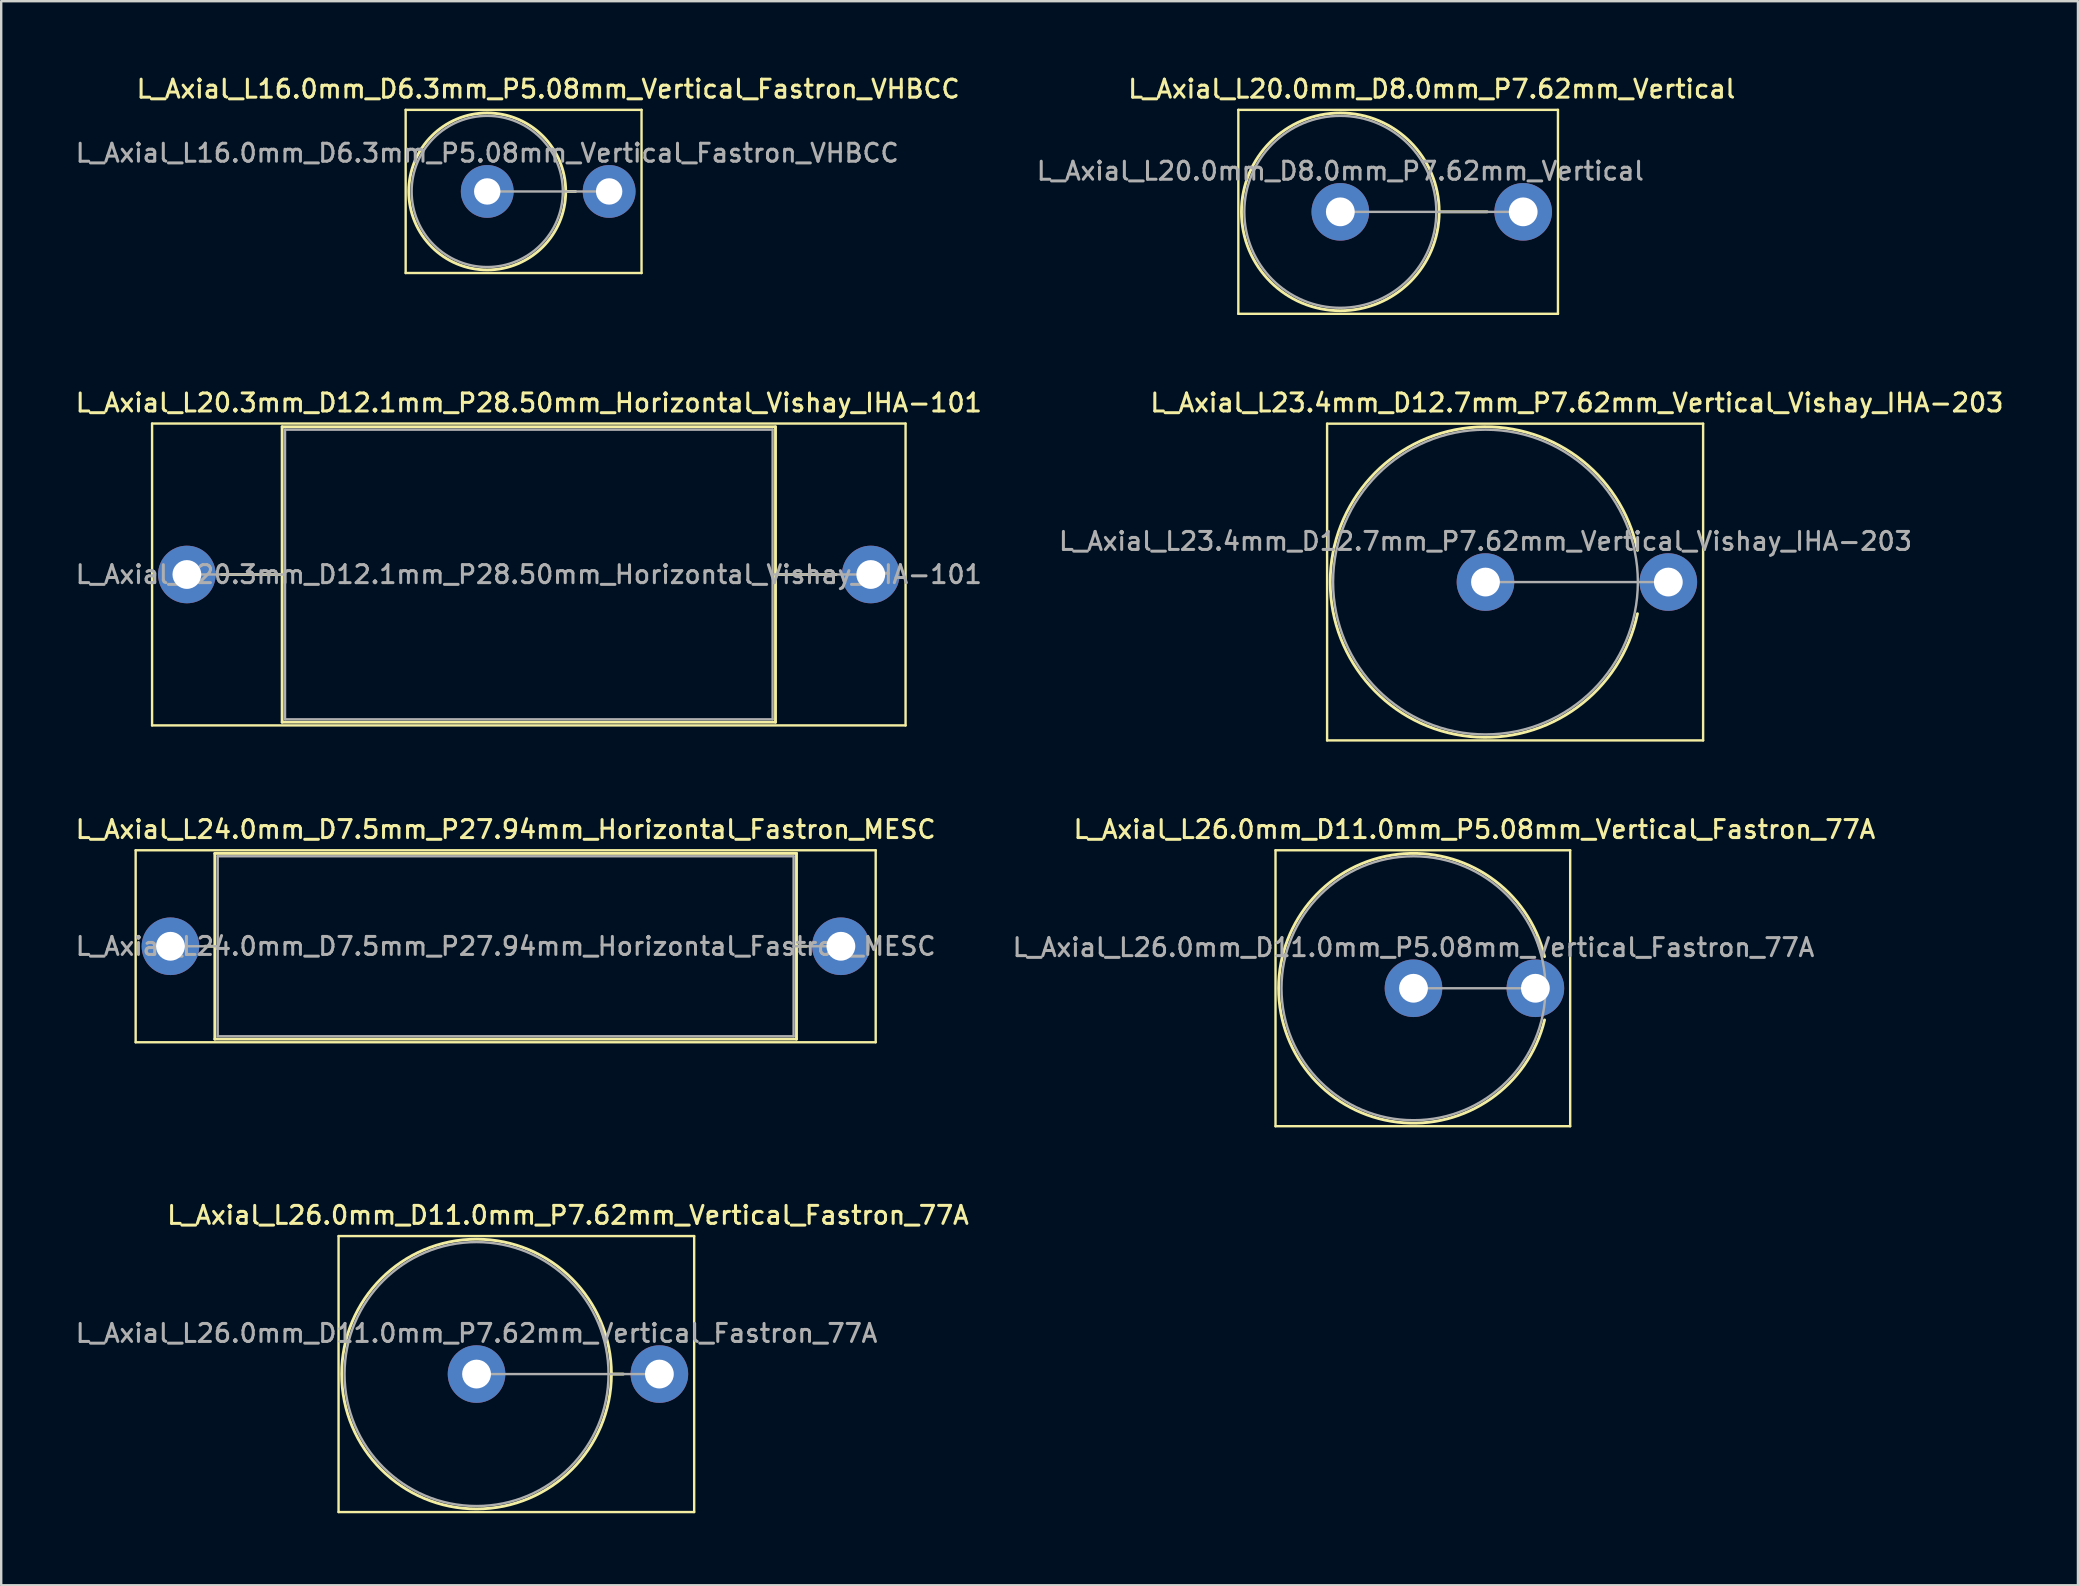
<source format=kicad_pcb>
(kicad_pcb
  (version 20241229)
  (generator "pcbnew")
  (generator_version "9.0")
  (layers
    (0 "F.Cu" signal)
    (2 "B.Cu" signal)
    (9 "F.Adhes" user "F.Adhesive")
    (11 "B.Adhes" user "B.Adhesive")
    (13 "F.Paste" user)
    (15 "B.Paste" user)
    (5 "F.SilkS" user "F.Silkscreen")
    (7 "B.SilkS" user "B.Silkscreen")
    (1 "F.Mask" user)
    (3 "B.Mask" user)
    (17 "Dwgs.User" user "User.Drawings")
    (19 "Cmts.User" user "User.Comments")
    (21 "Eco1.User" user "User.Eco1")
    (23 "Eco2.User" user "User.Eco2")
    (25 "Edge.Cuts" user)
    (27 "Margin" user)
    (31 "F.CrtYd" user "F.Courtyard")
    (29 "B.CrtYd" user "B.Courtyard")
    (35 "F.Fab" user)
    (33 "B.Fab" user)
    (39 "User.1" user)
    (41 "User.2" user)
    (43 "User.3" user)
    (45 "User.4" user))
  (footprint "L_Axial_L24.0mm_D7.5mm_P27.94mm_Horizontal_Fastron_MESC"
    (layer "F.Cu")
    (at 4.053 36.384)
    (property "Reference" "L_Axial_L24.0mm_D7.5mm_P27.94mm_Horizontal_Fastron_MESC" (at 13.97 -4.87 0) (layer "F.SilkS") (effects (font (size 0.75 0.75) (thickness 0.125))))
    (attr through_hole)
    (fp_line (start -1.45 -4) (end -1.45 4) (stroke (width 0.1) (type solid)) (layer "F.SilkS"))
    (fp_line (start -1.45 4) (end 29.39 4) (stroke (width 0.1) (type solid)) (layer "F.SilkS"))
    (fp_line (start 1.44 0) (end 1.85 0) (stroke (width 0.12) (type solid)) (layer "F.SilkS"))
    (fp_line (start 1.85 -3.87) (end 1.85 3.87) (stroke (width 0.12) (type solid)) (layer "F.SilkS"))
    (fp_line (start 1.85 3.87) (end 26.09 3.87) (stroke (width 0.12) (type solid)) (layer "F.SilkS"))
    (fp_line (start 26.09 -3.87) (end 1.85 -3.87) (stroke (width 0.12) (type solid)) (layer "F.SilkS"))
    (fp_line (start 26.09 3.87) (end 26.09 -3.87) (stroke (width 0.12) (type solid)) (layer "F.SilkS"))
    (fp_line (start 26.5 0) (end 26.09 0) (stroke (width 0.12) (type solid)) (layer "F.SilkS"))
    (fp_line (start 29.39 -4) (end -1.45 -4) (stroke (width 0.1) (type solid)) (layer "F.SilkS"))
    (fp_line (start 29.39 4) (end 29.39 -4) (stroke (width 0.1) (type solid)) (layer "F.SilkS"))
    (fp_line (start 0 0) (end 1.97 0) (stroke (width 0.1) (type solid)) (layer "F.Fab"))
    (fp_line (start 1.97 -3.75) (end 1.97 3.75) (stroke (width 0.1) (type solid)) (layer "F.Fab"))
    (fp_line (start 1.97 3.75) (end 25.97 3.75) (stroke (width 0.1) (type solid)) (layer "F.Fab"))
    (fp_line (start 25.97 -3.75) (end 1.97 -3.75) (stroke (width 0.1) (type solid)) (layer "F.Fab"))
    (fp_line (start 25.97 3.75) (end 25.97 -3.75) (stroke (width 0.1) (type solid)) (layer "F.Fab"))
    (fp_line (start 27.94 0) (end 25.97 0) (stroke (width 0.1) (type solid)) (layer "F.Fab"))
    (fp_text user "${REFERENCE}" (at 13.97 0 0) (layer "F.Fab") (effects (font (size 0.75 0.75) (thickness 0.125))))
    (pad "1" thru_hole circle (at 0 0) (size 2.4 2.4) (drill 1.2) (layers "*.Cu" "*.Mask"))
    (pad "2" thru_hole oval (at 27.94 0) (size 2.4 2.4) (drill 1.2) (layers "*.Cu" "*.Mask")))
  (footprint "L_Axial_L23.4mm_D12.7mm_P7.62mm_Vertical_Vishay_IHA-203"
    (layer "F.Cu")
    (at 58.855 21.206)
    (property "Reference" "L_Axial_L23.4mm_D12.7mm_P7.62mm_Vertical_Vishay_IHA-203" (at 3.81 -7.47 0) (layer "F.SilkS") (effects (font (size 0.75 0.75) (thickness 0.125))))
    (attr through_hole)
    (fp_line (start -6.6 -6.6) (end -6.6 6.6) (stroke (width 0.1) (type solid)) (layer "F.SilkS"))
    (fp_line (start -6.6 6.6) (end 9.07 6.6) (stroke (width 0.1) (type solid)) (layer "F.SilkS"))
    (fp_line (start 9.07 -6.6) (end -6.6 -6.6) (stroke (width 0.1) (type solid)) (layer "F.SilkS"))
    (fp_line (start 9.07 6.6) (end 9.07 -6.6) (stroke (width 0.1) (type solid)) (layer "F.SilkS"))
    (fp_arc (start 6.333917 1.32) (mid -6.47 0) (end 6.333917 -1.32) (stroke (width 0.12) (type solid)) (layer "F.SilkS"))
    (fp_line (start 0 0) (end 7.62 0) (stroke (width 0.1) (type solid)) (layer "F.Fab"))
    (fp_circle (center 0 0) (end 6.35 0) (stroke (width 0.1) (type solid)) (fill no) (layer "F.Fab"))
    (fp_text user "${REFERENCE}" (at 0 -1.7 0) (layer "F.Fab") (effects (font (size 0.75 0.75) (thickness 0.125))))
    (pad "1" thru_hole circle (at 0 0) (size 2.4 2.4) (drill 1.2) (layers "*.Cu" "*.Mask"))
    (pad "2" thru_hole oval (at 7.62 0) (size 2.4 2.4) (drill 1.2) (layers "*.Cu" "*.Mask")))
  (footprint "L_Axial_L20.0mm_D8.0mm_P7.62mm_Vertical"
    (layer "F.Cu")
    (at 52.806 5.778)
    (property "Reference" "L_Axial_L20.0mm_D8.0mm_P7.62mm_Vertical" (at 3.81 -5.12 0) (layer "F.SilkS") (effects (font (size 0.75 0.75) (thickness 0.125))))
    (attr through_hole)
    (fp_line (start -4.25 -4.25) (end -4.25 4.25) (stroke (width 0.1) (type solid)) (layer "F.SilkS"))
    (fp_line (start -4.25 4.25) (end 9.07 4.25) (stroke (width 0.1) (type solid)) (layer "F.SilkS"))
    (fp_line (start 4.12 0) (end 6.12 0) (stroke (width 0.12) (type solid)) (layer "F.SilkS"))
    (fp_line (start 9.07 -4.25) (end -4.25 -4.25) (stroke (width 0.1) (type solid)) (layer "F.SilkS"))
    (fp_line (start 9.07 4.25) (end 9.07 -4.25) (stroke (width 0.1) (type solid)) (layer "F.SilkS"))
    (fp_circle (center 0 0) (end 4.12 0) (stroke (width 0.12) (type solid)) (fill no) (layer "F.SilkS"))
    (fp_line (start 0 0) (end 7.62 0) (stroke (width 0.1) (type solid)) (layer "F.Fab"))
    (fp_circle (center 0 0) (end 4 0) (stroke (width 0.1) (type solid)) (fill no) (layer "F.Fab"))
    (fp_text user "${REFERENCE}" (at 0 -1.7 0) (layer "F.Fab") (effects (font (size 0.75 0.75) (thickness 0.125))))
    (pad "1" thru_hole circle (at 0 0) (size 2.4 2.4) (drill 1.2) (layers "*.Cu" "*.Mask"))
    (pad "2" thru_hole oval (at 7.62 0) (size 2.4 2.4) (drill 1.2) (layers "*.Cu" "*.Mask")))
  (footprint "L_Axial_L16.0mm_D6.3mm_P5.08mm_Vertical_Fastron_VHBCC"
    (layer "F.Cu")
    (at 17.255 4.928)
    (property "Reference" "L_Axial_L16.0mm_D6.3mm_P5.08mm_Vertical_Fastron_VHBCC" (at 2.54 -4.27 0) (layer "F.SilkS") (effects (font (size 0.75 0.75) (thickness 0.125))))
    (attr through_hole)
    (fp_line (start -3.4 -3.4) (end -3.4 3.4) (stroke (width 0.1) (type solid)) (layer "F.SilkS"))
    (fp_line (start -3.4 3.4) (end 6.43 3.4) (stroke (width 0.1) (type solid)) (layer "F.SilkS"))
    (fp_line (start 3.27 0) (end 3.68 0) (stroke (width 0.12) (type solid)) (layer "F.SilkS"))
    (fp_line (start 6.43 -3.4) (end -3.4 -3.4) (stroke (width 0.1) (type solid)) (layer "F.SilkS"))
    (fp_line (start 6.43 3.4) (end 6.43 -3.4) (stroke (width 0.1) (type solid)) (layer "F.SilkS"))
    (fp_circle (center 0 0) (end 3.27 0) (stroke (width 0.12) (type solid)) (fill no) (layer "F.SilkS"))
    (fp_line (start 0 0) (end 5.08 0) (stroke (width 0.1) (type solid)) (layer "F.Fab"))
    (fp_circle (center 0 0) (end 3.15 0) (stroke (width 0.1) (type solid)) (fill no) (layer "F.Fab"))
    (fp_text user "${REFERENCE}" (at 0 -1.6 0) (layer "F.Fab") (effects (font (size 0.75 0.75) (thickness 0.125))))
    (pad "1" thru_hole circle (at 0 0) (size 2.2 2.2) (drill 1.1) (layers "*.Cu" "*.Mask"))
    (pad "2" thru_hole oval (at 5.08 0) (size 2.2 2.2) (drill 1.1) (layers "*.Cu" "*.Mask")))
  (footprint "L_Axial_L26.0mm_D11.0mm_P7.62mm_Vertical_Fastron_77A"
    (layer "F.Cu")
    (at 16.809 54.212)
    (property "Reference" "L_Axial_L26.0mm_D11.0mm_P7.62mm_Vertical_Fastron_77A" (at 3.81 -6.62 0) (layer "F.SilkS") (effects (font (size 0.75 0.75) (thickness 0.125))))
    (attr through_hole)
    (fp_line (start -5.75 -5.75) (end -5.75 5.75) (stroke (width 0.1) (type solid)) (layer "F.SilkS"))
    (fp_line (start -5.75 5.75) (end 9.07 5.75) (stroke (width 0.1) (type solid)) (layer "F.SilkS"))
    (fp_line (start 5.62 0) (end 6.12 0) (stroke (width 0.12) (type solid)) (layer "F.SilkS"))
    (fp_line (start 9.07 -5.75) (end -5.75 -5.75) (stroke (width 0.1) (type solid)) (layer "F.SilkS"))
    (fp_line (start 9.07 5.75) (end 9.07 -5.75) (stroke (width 0.1) (type solid)) (layer "F.SilkS"))
    (fp_circle (center 0 0) (end 5.62 0) (stroke (width 0.12) (type solid)) (fill no) (layer "F.SilkS"))
    (fp_line (start 0 0) (end 7.62 0) (stroke (width 0.1) (type solid)) (layer "F.Fab"))
    (fp_circle (center 0 0) (end 5.5 0) (stroke (width 0.1) (type solid)) (fill no) (layer "F.Fab"))
    (fp_text user "${REFERENCE}" (at 0 -1.7 0) (layer "F.Fab") (effects (font (size 0.75 0.75) (thickness 0.125))))
    (pad "1" thru_hole circle (at 0 0) (size 2.4 2.4) (drill 1.2) (layers "*.Cu" "*.Mask"))
    (pad "2" thru_hole oval (at 7.62 0) (size 2.4 2.4) (drill 1.2) (layers "*.Cu" "*.Mask")))
  (footprint "L_Axial_L26.0mm_D11.0mm_P5.08mm_Vertical_Fastron_77A"
    (layer "F.Cu")
    (at 55.855 38.134)
    (property "Reference" "L_Axial_L26.0mm_D11.0mm_P5.08mm_Vertical_Fastron_77A" (at 2.54 -6.62 0) (layer "F.SilkS") (effects (font (size 0.75 0.75) (thickness 0.125))))
    (attr through_hole)
    (fp_line (start -5.75 -5.75) (end -5.75 5.75) (stroke (width 0.1) (type solid)) (layer "F.SilkS"))
    (fp_line (start -5.75 5.75) (end 6.53 5.75) (stroke (width 0.1) (type solid)) (layer "F.SilkS"))
    (fp_line (start 6.53 -5.75) (end -5.75 -5.75) (stroke (width 0.1) (type solid)) (layer "F.SilkS"))
    (fp_line (start 6.53 5.75) (end 6.53 -5.75) (stroke (width 0.1) (type solid)) (layer "F.SilkS"))
    (fp_arc (start 5.462783 1.32) (mid -5.62 0) (end 5.462783 -1.32) (stroke (width 0.12) (type solid)) (layer "F.SilkS"))
    (fp_line (start 0 0) (end 5.08 0) (stroke (width 0.1) (type solid)) (layer "F.Fab"))
    (fp_circle (center 0 0) (end 5.5 0) (stroke (width 0.1) (type solid)) (fill no) (layer "F.Fab"))
    (fp_text user "${REFERENCE}" (at 0 -1.7 0) (layer "F.Fab") (effects (font (size 0.75 0.75) (thickness 0.125))))
    (pad "1" thru_hole circle (at 0 0) (size 2.4 2.4) (drill 1.2) (layers "*.Cu" "*.Mask"))
    (pad "2" thru_hole oval (at 5.08 0) (size 2.4 2.4) (drill 1.2) (layers "*.Cu" "*.Mask")))
  (footprint "L_Axial_L20.3mm_D12.1mm_P28.50mm_Horizontal_Vishay_IHA-101"
    (layer "F.Cu")
    (at 4.738 20.891)
    (property "Reference" "L_Axial_L20.3mm_D12.1mm_P28.50mm_Horizontal_Vishay_IHA-101" (at 14.25 -7.155 0) (layer "F.SilkS") (effects (font (size 0.75 0.75) (thickness 0.125))))
    (attr through_hole)
    (fp_line (start -1.45 -6.29) (end -1.45 6.29) (stroke (width 0.1) (type solid)) (layer "F.SilkS"))
    (fp_line (start -1.45 6.29) (end 29.95 6.29) (stroke (width 0.1) (type solid)) (layer "F.SilkS"))
    (fp_line (start 1.44 0) (end 3.97 0) (stroke (width 0.12) (type solid)) (layer "F.SilkS"))
    (fp_line (start 3.97 -6.155) (end 3.97 6.155) (stroke (width 0.12) (type solid)) (layer "F.SilkS"))
    (fp_line (start 3.97 6.155) (end 24.53 6.155) (stroke (width 0.12) (type solid)) (layer "F.SilkS"))
    (fp_line (start 24.53 -6.155) (end 3.97 -6.155) (stroke (width 0.12) (type solid)) (layer "F.SilkS"))
    (fp_line (start 24.53 6.155) (end 24.53 -6.155) (stroke (width 0.12) (type solid)) (layer "F.SilkS"))
    (fp_line (start 27.06 0) (end 24.53 0) (stroke (width 0.12) (type solid)) (layer "F.SilkS"))
    (fp_line (start 29.95 -6.29) (end -1.45 -6.29) (stroke (width 0.1) (type solid)) (layer "F.SilkS"))
    (fp_line (start 29.95 6.29) (end 29.95 -6.29) (stroke (width 0.1) (type solid)) (layer "F.SilkS"))
    (fp_line (start 0 0) (end 4.09 0) (stroke (width 0.1) (type solid)) (layer "F.Fab"))
    (fp_line (start 4.09 -6.035) (end 4.09 6.035) (stroke (width 0.1) (type solid)) (layer "F.Fab"))
    (fp_line (start 4.09 6.035) (end 24.41 6.035) (stroke (width 0.1) (type solid)) (layer "F.Fab"))
    (fp_line (start 24.41 -6.035) (end 4.09 -6.035) (stroke (width 0.1) (type solid)) (layer "F.Fab"))
    (fp_line (start 24.41 6.035) (end 24.41 -6.035) (stroke (width 0.1) (type solid)) (layer "F.Fab"))
    (fp_line (start 28.5 0) (end 24.41 0) (stroke (width 0.1) (type solid)) (layer "F.Fab"))
    (fp_text user "${REFERENCE}" (at 14.25 0 0) (layer "F.Fab") (effects (font (size 0.75 0.75) (thickness 0.125))))
    (pad "1" thru_hole circle (at 0 0) (size 2.4 2.4) (drill 1.2) (layers "*.Cu" "*.Mask"))
    (pad "2" thru_hole oval (at 28.5 0) (size 2.4 2.4) (drill 1.2) (layers "*.Cu" "*.Mask")))
  (gr_rect
    (start -3 -3)
    (end 83.546 63.013)
    (stroke (width 0.1) (type default))
    (fill no)
    (layer "Edge.Cuts")))
</source>
